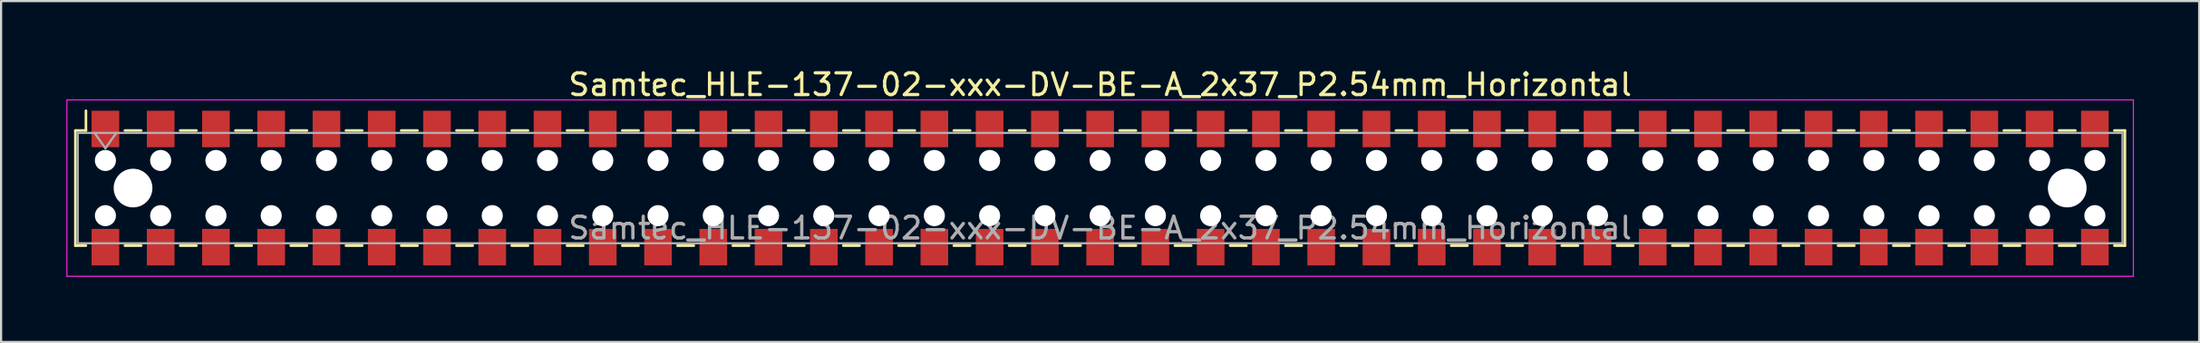
<source format=kicad_pcb>
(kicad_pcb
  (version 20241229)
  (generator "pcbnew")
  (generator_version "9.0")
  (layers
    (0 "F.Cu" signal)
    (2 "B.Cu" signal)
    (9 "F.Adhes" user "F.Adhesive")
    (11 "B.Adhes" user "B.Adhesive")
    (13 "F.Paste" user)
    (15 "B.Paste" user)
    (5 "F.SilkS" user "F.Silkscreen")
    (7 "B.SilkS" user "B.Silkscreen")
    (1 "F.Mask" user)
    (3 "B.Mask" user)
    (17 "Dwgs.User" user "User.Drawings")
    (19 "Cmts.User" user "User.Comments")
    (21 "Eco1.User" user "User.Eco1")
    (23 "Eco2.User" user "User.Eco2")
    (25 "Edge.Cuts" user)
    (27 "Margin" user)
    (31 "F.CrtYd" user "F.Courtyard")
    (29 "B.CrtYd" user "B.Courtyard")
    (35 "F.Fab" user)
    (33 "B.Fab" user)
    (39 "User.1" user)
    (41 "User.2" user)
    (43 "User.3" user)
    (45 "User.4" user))
  (footprint "Samtec_HLE-137-02-xxx-DV-BE-A_2x37_P2.54mm_Horizontal"
    (layer "F.Cu")
    (at 47.515 5.608)
    (property "Reference" "Samtec_HLE-137-02-xxx-DV-BE-A_2x37_P2.54mm_Horizontal" (at 0 -4.76 0) (layer "F.SilkS") (effects (font (size 1 1) (thickness 0.15))))
    (attr smd)
    (fp_line (start -47.1 -2.65) (end -47.1 2.65) (stroke (width 0.12) (type solid)) (layer "F.SilkS"))
    (fp_line (start -47.1 2.65) (end -46.615 2.65) (stroke (width 0.12) (type solid)) (layer "F.SilkS"))
    (fp_line (start -46.615 -3.56) (end -46.615 -2.65) (stroke (width 0.12) (type solid)) (layer "F.SilkS"))
    (fp_line (start -46.615 -2.65) (end -47.1 -2.65) (stroke (width 0.12) (type solid)) (layer "F.SilkS"))
    (fp_line (start -44.825 -2.65) (end -44.075 -2.65) (stroke (width 0.12) (type solid)) (layer "F.SilkS"))
    (fp_line (start -44.825 2.65) (end -44.075 2.65) (stroke (width 0.12) (type solid)) (layer "F.SilkS"))
    (fp_line (start -42.285 -2.65) (end -41.535 -2.65) (stroke (width 0.12) (type solid)) (layer "F.SilkS"))
    (fp_line (start -42.285 2.65) (end -41.535 2.65) (stroke (width 0.12) (type solid)) (layer "F.SilkS"))
    (fp_line (start -39.745 -2.65) (end -38.995 -2.65) (stroke (width 0.12) (type solid)) (layer "F.SilkS"))
    (fp_line (start -39.745 2.65) (end -38.995 2.65) (stroke (width 0.12) (type solid)) (layer "F.SilkS"))
    (fp_line (start -37.205 -2.65) (end -36.455 -2.65) (stroke (width 0.12) (type solid)) (layer "F.SilkS"))
    (fp_line (start -37.205 2.65) (end -36.455 2.65) (stroke (width 0.12) (type solid)) (layer "F.SilkS"))
    (fp_line (start -34.665 -2.65) (end -33.915 -2.65) (stroke (width 0.12) (type solid)) (layer "F.SilkS"))
    (fp_line (start -34.665 2.65) (end -33.915 2.65) (stroke (width 0.12) (type solid)) (layer "F.SilkS"))
    (fp_line (start -32.125 -2.65) (end -31.375 -2.65) (stroke (width 0.12) (type solid)) (layer "F.SilkS"))
    (fp_line (start -32.125 2.65) (end -31.375 2.65) (stroke (width 0.12) (type solid)) (layer "F.SilkS"))
    (fp_line (start -29.585 -2.65) (end -28.835 -2.65) (stroke (width 0.12) (type solid)) (layer "F.SilkS"))
    (fp_line (start -29.585 2.65) (end -28.835 2.65) (stroke (width 0.12) (type solid)) (layer "F.SilkS"))
    (fp_line (start -27.045 -2.65) (end -26.295 -2.65) (stroke (width 0.12) (type solid)) (layer "F.SilkS"))
    (fp_line (start -27.045 2.65) (end -26.295 2.65) (stroke (width 0.12) (type solid)) (layer "F.SilkS"))
    (fp_line (start -24.505 -2.65) (end -23.755 -2.65) (stroke (width 0.12) (type solid)) (layer "F.SilkS"))
    (fp_line (start -24.505 2.65) (end -23.755 2.65) (stroke (width 0.12) (type solid)) (layer "F.SilkS"))
    (fp_line (start -21.965 -2.65) (end -21.215 -2.65) (stroke (width 0.12) (type solid)) (layer "F.SilkS"))
    (fp_line (start -21.965 2.65) (end -21.215 2.65) (stroke (width 0.12) (type solid)) (layer "F.SilkS"))
    (fp_line (start -19.425 -2.65) (end -18.675 -2.65) (stroke (width 0.12) (type solid)) (layer "F.SilkS"))
    (fp_line (start -19.425 2.65) (end -18.675 2.65) (stroke (width 0.12) (type solid)) (layer "F.SilkS"))
    (fp_line (start -16.885 -2.65) (end -16.135 -2.65) (stroke (width 0.12) (type solid)) (layer "F.SilkS"))
    (fp_line (start -16.885 2.65) (end -16.135 2.65) (stroke (width 0.12) (type solid)) (layer "F.SilkS"))
    (fp_line (start -14.345 -2.65) (end -13.595 -2.65) (stroke (width 0.12) (type solid)) (layer "F.SilkS"))
    (fp_line (start -14.345 2.65) (end -13.595 2.65) (stroke (width 0.12) (type solid)) (layer "F.SilkS"))
    (fp_line (start -11.805 -2.65) (end -11.055 -2.65) (stroke (width 0.12) (type solid)) (layer "F.SilkS"))
    (fp_line (start -11.805 2.65) (end -11.055 2.65) (stroke (width 0.12) (type solid)) (layer "F.SilkS"))
    (fp_line (start -9.265 -2.65) (end -8.515 -2.65) (stroke (width 0.12) (type solid)) (layer "F.SilkS"))
    (fp_line (start -9.265 2.65) (end -8.515 2.65) (stroke (width 0.12) (type solid)) (layer "F.SilkS"))
    (fp_line (start -6.725 -2.65) (end -5.975 -2.65) (stroke (width 0.12) (type solid)) (layer "F.SilkS"))
    (fp_line (start -6.725 2.65) (end -5.975 2.65) (stroke (width 0.12) (type solid)) (layer "F.SilkS"))
    (fp_line (start -4.185 -2.65) (end -3.435 -2.65) (stroke (width 0.12) (type solid)) (layer "F.SilkS"))
    (fp_line (start -4.185 2.65) (end -3.435 2.65) (stroke (width 0.12) (type solid)) (layer "F.SilkS"))
    (fp_line (start -1.645 -2.65) (end -0.895 -2.65) (stroke (width 0.12) (type solid)) (layer "F.SilkS"))
    (fp_line (start -1.645 2.65) (end -0.895 2.65) (stroke (width 0.12) (type solid)) (layer "F.SilkS"))
    (fp_line (start 0.895 -2.65) (end 1.645 -2.65) (stroke (width 0.12) (type solid)) (layer "F.SilkS"))
    (fp_line (start 0.895 2.65) (end 1.645 2.65) (stroke (width 0.12) (type solid)) (layer "F.SilkS"))
    (fp_line (start 3.435 -2.65) (end 4.185 -2.65) (stroke (width 0.12) (type solid)) (layer "F.SilkS"))
    (fp_line (start 3.435 2.65) (end 4.185 2.65) (stroke (width 0.12) (type solid)) (layer "F.SilkS"))
    (fp_line (start 5.975 -2.65) (end 6.725 -2.65) (stroke (width 0.12) (type solid)) (layer "F.SilkS"))
    (fp_line (start 5.975 2.65) (end 6.725 2.65) (stroke (width 0.12) (type solid)) (layer "F.SilkS"))
    (fp_line (start 8.515 -2.65) (end 9.265 -2.65) (stroke (width 0.12) (type solid)) (layer "F.SilkS"))
    (fp_line (start 8.515 2.65) (end 9.265 2.65) (stroke (width 0.12) (type solid)) (layer "F.SilkS"))
    (fp_line (start 11.055 -2.65) (end 11.805 -2.65) (stroke (width 0.12) (type solid)) (layer "F.SilkS"))
    (fp_line (start 11.055 2.65) (end 11.805 2.65) (stroke (width 0.12) (type solid)) (layer "F.SilkS"))
    (fp_line (start 13.595 -2.65) (end 14.345 -2.65) (stroke (width 0.12) (type solid)) (layer "F.SilkS"))
    (fp_line (start 13.595 2.65) (end 14.345 2.65) (stroke (width 0.12) (type solid)) (layer "F.SilkS"))
    (fp_line (start 16.135 -2.65) (end 16.885 -2.65) (stroke (width 0.12) (type solid)) (layer "F.SilkS"))
    (fp_line (start 16.135 2.65) (end 16.885 2.65) (stroke (width 0.12) (type solid)) (layer "F.SilkS"))
    (fp_line (start 18.675 -2.65) (end 19.425 -2.65) (stroke (width 0.12) (type solid)) (layer "F.SilkS"))
    (fp_line (start 18.675 2.65) (end 19.425 2.65) (stroke (width 0.12) (type solid)) (layer "F.SilkS"))
    (fp_line (start 21.215 -2.65) (end 21.965 -2.65) (stroke (width 0.12) (type solid)) (layer "F.SilkS"))
    (fp_line (start 21.215 2.65) (end 21.965 2.65) (stroke (width 0.12) (type solid)) (layer "F.SilkS"))
    (fp_line (start 23.755 -2.65) (end 24.505 -2.65) (stroke (width 0.12) (type solid)) (layer "F.SilkS"))
    (fp_line (start 23.755 2.65) (end 24.505 2.65) (stroke (width 0.12) (type solid)) (layer "F.SilkS"))
    (fp_line (start 26.295 -2.65) (end 27.045 -2.65) (stroke (width 0.12) (type solid)) (layer "F.SilkS"))
    (fp_line (start 26.295 2.65) (end 27.045 2.65) (stroke (width 0.12) (type solid)) (layer "F.SilkS"))
    (fp_line (start 28.835 -2.65) (end 29.585 -2.65) (stroke (width 0.12) (type solid)) (layer "F.SilkS"))
    (fp_line (start 28.835 2.65) (end 29.585 2.65) (stroke (width 0.12) (type solid)) (layer "F.SilkS"))
    (fp_line (start 31.375 -2.65) (end 32.125 -2.65) (stroke (width 0.12) (type solid)) (layer "F.SilkS"))
    (fp_line (start 31.375 2.65) (end 32.125 2.65) (stroke (width 0.12) (type solid)) (layer "F.SilkS"))
    (fp_line (start 33.915 -2.65) (end 34.665 -2.65) (stroke (width 0.12) (type solid)) (layer "F.SilkS"))
    (fp_line (start 33.915 2.65) (end 34.665 2.65) (stroke (width 0.12) (type solid)) (layer "F.SilkS"))
    (fp_line (start 36.455 -2.65) (end 37.205 -2.65) (stroke (width 0.12) (type solid)) (layer "F.SilkS"))
    (fp_line (start 36.455 2.65) (end 37.205 2.65) (stroke (width 0.12) (type solid)) (layer "F.SilkS"))
    (fp_line (start 38.995 -2.65) (end 39.745 -2.65) (stroke (width 0.12) (type solid)) (layer "F.SilkS"))
    (fp_line (start 38.995 2.65) (end 39.745 2.65) (stroke (width 0.12) (type solid)) (layer "F.SilkS"))
    (fp_line (start 41.535 -2.65) (end 42.285 -2.65) (stroke (width 0.12) (type solid)) (layer "F.SilkS"))
    (fp_line (start 41.535 2.65) (end 42.285 2.65) (stroke (width 0.12) (type solid)) (layer "F.SilkS"))
    (fp_line (start 44.075 -2.65) (end 44.825 -2.65) (stroke (width 0.12) (type solid)) (layer "F.SilkS"))
    (fp_line (start 44.075 2.65) (end 44.825 2.65) (stroke (width 0.12) (type solid)) (layer "F.SilkS"))
    (fp_line (start 46.615 -2.65) (end 47.1 -2.65) (stroke (width 0.12) (type solid)) (layer "F.SilkS"))
    (fp_line (start 47.1 -2.65) (end 47.1 2.65) (stroke (width 0.12) (type solid)) (layer "F.SilkS"))
    (fp_line (start 47.1 2.65) (end 46.615 2.65) (stroke (width 0.12) (type solid)) (layer "F.SilkS"))
    (fp_line (start -47.49 -4.06) (end 47.49 -4.06) (stroke (width 0.05) (type solid)) (layer "F.CrtYd"))
    (fp_line (start -47.49 4.06) (end -47.49 -4.06) (stroke (width 0.05) (type solid)) (layer "F.CrtYd"))
    (fp_line (start 47.49 -4.06) (end 47.49 4.06) (stroke (width 0.05) (type solid)) (layer "F.CrtYd"))
    (fp_line (start 47.49 4.06) (end -47.49 4.06) (stroke (width 0.05) (type solid)) (layer "F.CrtYd"))
    (fp_line (start -46.99 -2.54) (end 46.99 -2.54) (stroke (width 0.1) (type solid)) (layer "F.Fab"))
    (fp_line (start -46.99 2.54) (end -46.99 -2.54) (stroke (width 0.1) (type solid)) (layer "F.Fab"))
    (fp_line (start -46.22 -2.54) (end -45.72 -1.833) (stroke (width 0.1) (type solid)) (layer "F.Fab"))
    (fp_line (start -45.72 -1.833) (end -45.22 -2.54) (stroke (width 0.1) (type solid)) (layer "F.Fab"))
    (fp_line (start 46.99 -2.54) (end 46.99 2.54) (stroke (width 0.1) (type solid)) (layer "F.Fab"))
    (fp_line (start 46.99 2.54) (end -46.99 2.54) (stroke (width 0.1) (type solid)) (layer "F.Fab"))
    (fp_text user "${REFERENCE}" (at 0 1.84 0) (layer "F.Fab") (effects (font (size 1 1) (thickness 0.15))))
    (pad "" np_thru_hole circle (at -45.72 -1.27) (size 0.97 0.97) (drill 0.97) (layers "*.Cu" "*.Mask"))
    (pad "" np_thru_hole circle (at -45.72 1.27) (size 0.97 0.97) (drill 0.97) (layers "*.Cu" "*.Mask"))
    (pad "" np_thru_hole circle (at -44.45 0) (size 1.78 1.78) (drill 1.78) (layers "*.Cu" "*.Mask"))
    (pad "" np_thru_hole circle (at -43.18 -1.27) (size 0.97 0.97) (drill 0.97) (layers "*.Cu" "*.Mask"))
    (pad "" np_thru_hole circle (at -43.18 1.27) (size 0.97 0.97) (drill 0.97) (layers "*.Cu" "*.Mask"))
    (pad "" np_thru_hole circle (at -40.64 -1.27) (size 0.97 0.97) (drill 0.97) (layers "*.Cu" "*.Mask"))
    (pad "" np_thru_hole circle (at -40.64 1.27) (size 0.97 0.97) (drill 0.97) (layers "*.Cu" "*.Mask"))
    (pad "" np_thru_hole circle (at -38.1 -1.27) (size 0.97 0.97) (drill 0.97) (layers "*.Cu" "*.Mask"))
    (pad "" np_thru_hole circle (at -38.1 1.27) (size 0.97 0.97) (drill 0.97) (layers "*.Cu" "*.Mask"))
    (pad "" np_thru_hole circle (at -35.56 -1.27) (size 0.97 0.97) (drill 0.97) (layers "*.Cu" "*.Mask"))
    (pad "" np_thru_hole circle (at -35.56 1.27) (size 0.97 0.97) (drill 0.97) (layers "*.Cu" "*.Mask"))
    (pad "" np_thru_hole circle (at -33.02 -1.27) (size 0.97 0.97) (drill 0.97) (layers "*.Cu" "*.Mask"))
    (pad "" np_thru_hole circle (at -33.02 1.27) (size 0.97 0.97) (drill 0.97) (layers "*.Cu" "*.Mask"))
    (pad "" np_thru_hole circle (at -30.48 -1.27) (size 0.97 0.97) (drill 0.97) (layers "*.Cu" "*.Mask"))
    (pad "" np_thru_hole circle (at -30.48 1.27) (size 0.97 0.97) (drill 0.97) (layers "*.Cu" "*.Mask"))
    (pad "" np_thru_hole circle (at -27.94 -1.27) (size 0.97 0.97) (drill 0.97) (layers "*.Cu" "*.Mask"))
    (pad "" np_thru_hole circle (at -27.94 1.27) (size 0.97 0.97) (drill 0.97) (layers "*.Cu" "*.Mask"))
    (pad "" np_thru_hole circle (at -25.4 -1.27) (size 0.97 0.97) (drill 0.97) (layers "*.Cu" "*.Mask"))
    (pad "" np_thru_hole circle (at -25.4 1.27) (size 0.97 0.97) (drill 0.97) (layers "*.Cu" "*.Mask"))
    (pad "" np_thru_hole circle (at -22.86 -1.27) (size 0.97 0.97) (drill 0.97) (layers "*.Cu" "*.Mask"))
    (pad "" np_thru_hole circle (at -22.86 1.27) (size 0.97 0.97) (drill 0.97) (layers "*.Cu" "*.Mask"))
    (pad "" np_thru_hole circle (at -20.32 -1.27) (size 0.97 0.97) (drill 0.97) (layers "*.Cu" "*.Mask"))
    (pad "" np_thru_hole circle (at -20.32 1.27) (size 0.97 0.97) (drill 0.97) (layers "*.Cu" "*.Mask"))
    (pad "" np_thru_hole circle (at -17.78 -1.27) (size 0.97 0.97) (drill 0.97) (layers "*.Cu" "*.Mask"))
    (pad "" np_thru_hole circle (at -17.78 1.27) (size 0.97 0.97) (drill 0.97) (layers "*.Cu" "*.Mask"))
    (pad "" np_thru_hole circle (at -15.24 -1.27) (size 0.97 0.97) (drill 0.97) (layers "*.Cu" "*.Mask"))
    (pad "" np_thru_hole circle (at -15.24 1.27) (size 0.97 0.97) (drill 0.97) (layers "*.Cu" "*.Mask"))
    (pad "" np_thru_hole circle (at -12.7 -1.27) (size 0.97 0.97) (drill 0.97) (layers "*.Cu" "*.Mask"))
    (pad "" np_thru_hole circle (at -12.7 1.27) (size 0.97 0.97) (drill 0.97) (layers "*.Cu" "*.Mask"))
    (pad "" np_thru_hole circle (at -10.16 -1.27) (size 0.97 0.97) (drill 0.97) (layers "*.Cu" "*.Mask"))
    (pad "" np_thru_hole circle (at -10.16 1.27) (size 0.97 0.97) (drill 0.97) (layers "*.Cu" "*.Mask"))
    (pad "" np_thru_hole circle (at -7.62 -1.27) (size 0.97 0.97) (drill 0.97) (layers "*.Cu" "*.Mask"))
    (pad "" np_thru_hole circle (at -7.62 1.27) (size 0.97 0.97) (drill 0.97) (layers "*.Cu" "*.Mask"))
    (pad "" np_thru_hole circle (at -5.08 -1.27) (size 0.97 0.97) (drill 0.97) (layers "*.Cu" "*.Mask"))
    (pad "" np_thru_hole circle (at -5.08 1.27) (size 0.97 0.97) (drill 0.97) (layers "*.Cu" "*.Mask"))
    (pad "" np_thru_hole circle (at -2.54 -1.27) (size 0.97 0.97) (drill 0.97) (layers "*.Cu" "*.Mask"))
    (pad "" np_thru_hole circle (at -2.54 1.27) (size 0.97 0.97) (drill 0.97) (layers "*.Cu" "*.Mask"))
    (pad "" np_thru_hole circle (at 0 -1.27) (size 0.97 0.97) (drill 0.97) (layers "*.Cu" "*.Mask"))
    (pad "" np_thru_hole circle (at 0 1.27) (size 0.97 0.97) (drill 0.97) (layers "*.Cu" "*.Mask"))
    (pad "" np_thru_hole circle (at 2.54 -1.27) (size 0.97 0.97) (drill 0.97) (layers "*.Cu" "*.Mask"))
    (pad "" np_thru_hole circle (at 2.54 1.27) (size 0.97 0.97) (drill 0.97) (layers "*.Cu" "*.Mask"))
    (pad "" np_thru_hole circle (at 5.08 -1.27) (size 0.97 0.97) (drill 0.97) (layers "*.Cu" "*.Mask"))
    (pad "" np_thru_hole circle (at 5.08 1.27) (size 0.97 0.97) (drill 0.97) (layers "*.Cu" "*.Mask"))
    (pad "" np_thru_hole circle (at 7.62 -1.27) (size 0.97 0.97) (drill 0.97) (layers "*.Cu" "*.Mask"))
    (pad "" np_thru_hole circle (at 7.62 1.27) (size 0.97 0.97) (drill 0.97) (layers "*.Cu" "*.Mask"))
    (pad "" np_thru_hole circle (at 10.16 -1.27) (size 0.97 0.97) (drill 0.97) (layers "*.Cu" "*.Mask"))
    (pad "" np_thru_hole circle (at 10.16 1.27) (size 0.97 0.97) (drill 0.97) (layers "*.Cu" "*.Mask"))
    (pad "" np_thru_hole circle (at 12.7 -1.27) (size 0.97 0.97) (drill 0.97) (layers "*.Cu" "*.Mask"))
    (pad "" np_thru_hole circle (at 12.7 1.27) (size 0.97 0.97) (drill 0.97) (layers "*.Cu" "*.Mask"))
    (pad "" np_thru_hole circle (at 15.24 -1.27) (size 0.97 0.97) (drill 0.97) (layers "*.Cu" "*.Mask"))
    (pad "" np_thru_hole circle (at 15.24 1.27) (size 0.97 0.97) (drill 0.97) (layers "*.Cu" "*.Mask"))
    (pad "" np_thru_hole circle (at 17.78 -1.27) (size 0.97 0.97) (drill 0.97) (layers "*.Cu" "*.Mask"))
    (pad "" np_thru_hole circle (at 17.78 1.27) (size 0.97 0.97) (drill 0.97) (layers "*.Cu" "*.Mask"))
    (pad "" np_thru_hole circle (at 20.32 -1.27) (size 0.97 0.97) (drill 0.97) (layers "*.Cu" "*.Mask"))
    (pad "" np_thru_hole circle (at 20.32 1.27) (size 0.97 0.97) (drill 0.97) (layers "*.Cu" "*.Mask"))
    (pad "" np_thru_hole circle (at 22.86 -1.27) (size 0.97 0.97) (drill 0.97) (layers "*.Cu" "*.Mask"))
    (pad "" np_thru_hole circle (at 22.86 1.27) (size 0.97 0.97) (drill 0.97) (layers "*.Cu" "*.Mask"))
    (pad "" np_thru_hole circle (at 25.4 -1.27) (size 0.97 0.97) (drill 0.97) (layers "*.Cu" "*.Mask"))
    (pad "" np_thru_hole circle (at 25.4 1.27) (size 0.97 0.97) (drill 0.97) (layers "*.Cu" "*.Mask"))
    (pad "" np_thru_hole circle (at 27.94 -1.27) (size 0.97 0.97) (drill 0.97) (layers "*.Cu" "*.Mask"))
    (pad "" np_thru_hole circle (at 27.94 1.27) (size 0.97 0.97) (drill 0.97) (layers "*.Cu" "*.Mask"))
    (pad "" np_thru_hole circle (at 30.48 -1.27) (size 0.97 0.97) (drill 0.97) (layers "*.Cu" "*.Mask"))
    (pad "" np_thru_hole circle (at 30.48 1.27) (size 0.97 0.97) (drill 0.97) (layers "*.Cu" "*.Mask"))
    (pad "" np_thru_hole circle (at 33.02 -1.27) (size 0.97 0.97) (drill 0.97) (layers "*.Cu" "*.Mask"))
    (pad "" np_thru_hole circle (at 33.02 1.27) (size 0.97 0.97) (drill 0.97) (layers "*.Cu" "*.Mask"))
    (pad "" np_thru_hole circle (at 35.56 -1.27) (size 0.97 0.97) (drill 0.97) (layers "*.Cu" "*.Mask"))
    (pad "" np_thru_hole circle (at 35.56 1.27) (size 0.97 0.97) (drill 0.97) (layers "*.Cu" "*.Mask"))
    (pad "" np_thru_hole circle (at 38.1 -1.27) (size 0.97 0.97) (drill 0.97) (layers "*.Cu" "*.Mask"))
    (pad "" np_thru_hole circle (at 38.1 1.27) (size 0.97 0.97) (drill 0.97) (layers "*.Cu" "*.Mask"))
    (pad "" np_thru_hole circle (at 40.64 -1.27) (size 0.97 0.97) (drill 0.97) (layers "*.Cu" "*.Mask"))
    (pad "" np_thru_hole circle (at 40.64 1.27) (size 0.97 0.97) (drill 0.97) (layers "*.Cu" "*.Mask"))
    (pad "" np_thru_hole circle (at 43.18 -1.27) (size 0.97 0.97) (drill 0.97) (layers "*.Cu" "*.Mask"))
    (pad "" np_thru_hole circle (at 43.18 1.27) (size 0.97 0.97) (drill 0.97) (layers "*.Cu" "*.Mask"))
    (pad "" np_thru_hole circle (at 44.45 0) (size 1.78 1.78) (drill 1.78) (layers "*.Cu" "*.Mask"))
    (pad "" np_thru_hole circle (at 45.72 -1.27) (size 0.97 0.97) (drill 0.97) (layers "*.Cu" "*.Mask"))
    (pad "" np_thru_hole circle (at 45.72 1.27) (size 0.97 0.97) (drill 0.97) (layers "*.Cu" "*.Mask"))
    (pad "1" smd rect (at -45.72 -2.72) (size 1.27 1.68) (layers "F.Cu" "F.Mask" "F.Paste"))
    (pad "2" smd rect (at -45.72 2.72) (size 1.27 1.68) (layers "F.Cu" "F.Mask" "F.Paste"))
    (pad "3" smd rect (at -43.18 -2.72) (size 1.27 1.68) (layers "F.Cu" "F.Mask" "F.Paste"))
    (pad "4" smd rect (at -43.18 2.72) (size 1.27 1.68) (layers "F.Cu" "F.Mask" "F.Paste"))
    (pad "5" smd rect (at -40.64 -2.72) (size 1.27 1.68) (layers "F.Cu" "F.Mask" "F.Paste"))
    (pad "6" smd rect (at -40.64 2.72) (size 1.27 1.68) (layers "F.Cu" "F.Mask" "F.Paste"))
    (pad "7" smd rect (at -38.1 -2.72) (size 1.27 1.68) (layers "F.Cu" "F.Mask" "F.Paste"))
    (pad "8" smd rect (at -38.1 2.72) (size 1.27 1.68) (layers "F.Cu" "F.Mask" "F.Paste"))
    (pad "9" smd rect (at -35.56 -2.72) (size 1.27 1.68) (layers "F.Cu" "F.Mask" "F.Paste"))
    (pad "10" smd rect (at -35.56 2.72) (size 1.27 1.68) (layers "F.Cu" "F.Mask" "F.Paste"))
    (pad "11" smd rect (at -33.02 -2.72) (size 1.27 1.68) (layers "F.Cu" "F.Mask" "F.Paste"))
    (pad "12" smd rect (at -33.02 2.72) (size 1.27 1.68) (layers "F.Cu" "F.Mask" "F.Paste"))
    (pad "13" smd rect (at -30.48 -2.72) (size 1.27 1.68) (layers "F.Cu" "F.Mask" "F.Paste"))
    (pad "14" smd rect (at -30.48 2.72) (size 1.27 1.68) (layers "F.Cu" "F.Mask" "F.Paste"))
    (pad "15" smd rect (at -27.94 -2.72) (size 1.27 1.68) (layers "F.Cu" "F.Mask" "F.Paste"))
    (pad "16" smd rect (at -27.94 2.72) (size 1.27 1.68) (layers "F.Cu" "F.Mask" "F.Paste"))
    (pad "17" smd rect (at -25.4 -2.72) (size 1.27 1.68) (layers "F.Cu" "F.Mask" "F.Paste"))
    (pad "18" smd rect (at -25.4 2.72) (size 1.27 1.68) (layers "F.Cu" "F.Mask" "F.Paste"))
    (pad "19" smd rect (at -22.86 -2.72) (size 1.27 1.68) (layers "F.Cu" "F.Mask" "F.Paste"))
    (pad "20" smd rect (at -22.86 2.72) (size 1.27 1.68) (layers "F.Cu" "F.Mask" "F.Paste"))
    (pad "21" smd rect (at -20.32 -2.72) (size 1.27 1.68) (layers "F.Cu" "F.Mask" "F.Paste"))
    (pad "22" smd rect (at -20.32 2.72) (size 1.27 1.68) (layers "F.Cu" "F.Mask" "F.Paste"))
    (pad "23" smd rect (at -17.78 -2.72) (size 1.27 1.68) (layers "F.Cu" "F.Mask" "F.Paste"))
    (pad "24" smd rect (at -17.78 2.72) (size 1.27 1.68) (layers "F.Cu" "F.Mask" "F.Paste"))
    (pad "25" smd rect (at -15.24 -2.72) (size 1.27 1.68) (layers "F.Cu" "F.Mask" "F.Paste"))
    (pad "26" smd rect (at -15.24 2.72) (size 1.27 1.68) (layers "F.Cu" "F.Mask" "F.Paste"))
    (pad "27" smd rect (at -12.7 -2.72) (size 1.27 1.68) (layers "F.Cu" "F.Mask" "F.Paste"))
    (pad "28" smd rect (at -12.7 2.72) (size 1.27 1.68) (layers "F.Cu" "F.Mask" "F.Paste"))
    (pad "29" smd rect (at -10.16 -2.72) (size 1.27 1.68) (layers "F.Cu" "F.Mask" "F.Paste"))
    (pad "30" smd rect (at -10.16 2.72) (size 1.27 1.68) (layers "F.Cu" "F.Mask" "F.Paste"))
    (pad "31" smd rect (at -7.62 -2.72) (size 1.27 1.68) (layers "F.Cu" "F.Mask" "F.Paste"))
    (pad "32" smd rect (at -7.62 2.72) (size 1.27 1.68) (layers "F.Cu" "F.Mask" "F.Paste"))
    (pad "33" smd rect (at -5.08 -2.72) (size 1.27 1.68) (layers "F.Cu" "F.Mask" "F.Paste"))
    (pad "34" smd rect (at -5.08 2.72) (size 1.27 1.68) (layers "F.Cu" "F.Mask" "F.Paste"))
    (pad "35" smd rect (at -2.54 -2.72) (size 1.27 1.68) (layers "F.Cu" "F.Mask" "F.Paste"))
    (pad "36" smd rect (at -2.54 2.72) (size 1.27 1.68) (layers "F.Cu" "F.Mask" "F.Paste"))
    (pad "37" smd rect (at 0 -2.72) (size 1.27 1.68) (layers "F.Cu" "F.Mask" "F.Paste"))
    (pad "38" smd rect (at 0 2.72) (size 1.27 1.68) (layers "F.Cu" "F.Mask" "F.Paste"))
    (pad "39" smd rect (at 2.54 -2.72) (size 1.27 1.68) (layers "F.Cu" "F.Mask" "F.Paste"))
    (pad "40" smd rect (at 2.54 2.72) (size 1.27 1.68) (layers "F.Cu" "F.Mask" "F.Paste"))
    (pad "41" smd rect (at 5.08 -2.72) (size 1.27 1.68) (layers "F.Cu" "F.Mask" "F.Paste"))
    (pad "42" smd rect (at 5.08 2.72) (size 1.27 1.68) (layers "F.Cu" "F.Mask" "F.Paste"))
    (pad "43" smd rect (at 7.62 -2.72) (size 1.27 1.68) (layers "F.Cu" "F.Mask" "F.Paste"))
    (pad "44" smd rect (at 7.62 2.72) (size 1.27 1.68) (layers "F.Cu" "F.Mask" "F.Paste"))
    (pad "45" smd rect (at 10.16 -2.72) (size 1.27 1.68) (layers "F.Cu" "F.Mask" "F.Paste"))
    (pad "46" smd rect (at 10.16 2.72) (size 1.27 1.68) (layers "F.Cu" "F.Mask" "F.Paste"))
    (pad "47" smd rect (at 12.7 -2.72) (size 1.27 1.68) (layers "F.Cu" "F.Mask" "F.Paste"))
    (pad "48" smd rect (at 12.7 2.72) (size 1.27 1.68) (layers "F.Cu" "F.Mask" "F.Paste"))
    (pad "49" smd rect (at 15.24 -2.72) (size 1.27 1.68) (layers "F.Cu" "F.Mask" "F.Paste"))
    (pad "50" smd rect (at 15.24 2.72) (size 1.27 1.68) (layers "F.Cu" "F.Mask" "F.Paste"))
    (pad "51" smd rect (at 17.78 -2.72) (size 1.27 1.68) (layers "F.Cu" "F.Mask" "F.Paste"))
    (pad "52" smd rect (at 17.78 2.72) (size 1.27 1.68) (layers "F.Cu" "F.Mask" "F.Paste"))
    (pad "53" smd rect (at 20.32 -2.72) (size 1.27 1.68) (layers "F.Cu" "F.Mask" "F.Paste"))
    (pad "54" smd rect (at 20.32 2.72) (size 1.27 1.68) (layers "F.Cu" "F.Mask" "F.Paste"))
    (pad "55" smd rect (at 22.86 -2.72) (size 1.27 1.68) (layers "F.Cu" "F.Mask" "F.Paste"))
    (pad "56" smd rect (at 22.86 2.72) (size 1.27 1.68) (layers "F.Cu" "F.Mask" "F.Paste"))
    (pad "57" smd rect (at 25.4 -2.72) (size 1.27 1.68) (layers "F.Cu" "F.Mask" "F.Paste"))
    (pad "58" smd rect (at 25.4 2.72) (size 1.27 1.68) (layers "F.Cu" "F.Mask" "F.Paste"))
    (pad "59" smd rect (at 27.94 -2.72) (size 1.27 1.68) (layers "F.Cu" "F.Mask" "F.Paste"))
    (pad "60" smd rect (at 27.94 2.72) (size 1.27 1.68) (layers "F.Cu" "F.Mask" "F.Paste"))
    (pad "61" smd rect (at 30.48 -2.72) (size 1.27 1.68) (layers "F.Cu" "F.Mask" "F.Paste"))
    (pad "62" smd rect (at 30.48 2.72) (size 1.27 1.68) (layers "F.Cu" "F.Mask" "F.Paste"))
    (pad "63" smd rect (at 33.02 -2.72) (size 1.27 1.68) (layers "F.Cu" "F.Mask" "F.Paste"))
    (pad "64" smd rect (at 33.02 2.72) (size 1.27 1.68) (layers "F.Cu" "F.Mask" "F.Paste"))
    (pad "65" smd rect (at 35.56 -2.72) (size 1.27 1.68) (layers "F.Cu" "F.Mask" "F.Paste"))
    (pad "66" smd rect (at 35.56 2.72) (size 1.27 1.68) (layers "F.Cu" "F.Mask" "F.Paste"))
    (pad "67" smd rect (at 38.1 -2.72) (size 1.27 1.68) (layers "F.Cu" "F.Mask" "F.Paste"))
    (pad "68" smd rect (at 38.1 2.72) (size 1.27 1.68) (layers "F.Cu" "F.Mask" "F.Paste"))
    (pad "69" smd rect (at 40.64 -2.72) (size 1.27 1.68) (layers "F.Cu" "F.Mask" "F.Paste"))
    (pad "70" smd rect (at 40.64 2.72) (size 1.27 1.68) (layers "F.Cu" "F.Mask" "F.Paste"))
    (pad "71" smd rect (at 43.18 -2.72) (size 1.27 1.68) (layers "F.Cu" "F.Mask" "F.Paste"))
    (pad "72" smd rect (at 43.18 2.72) (size 1.27 1.68) (layers "F.Cu" "F.Mask" "F.Paste"))
    (pad "73" smd rect (at 45.72 -2.72) (size 1.27 1.68) (layers "F.Cu" "F.Mask" "F.Paste"))
    (pad "74" smd rect (at 45.72 2.72) (size 1.27 1.68) (layers "F.Cu" "F.Mask" "F.Paste")))
  (gr_rect
    (start -3 -3)
    (end 98.03 12.693)
    (stroke (width 0.1) (type default))
    (fill no)
    (layer "Edge.Cuts")))
</source>
